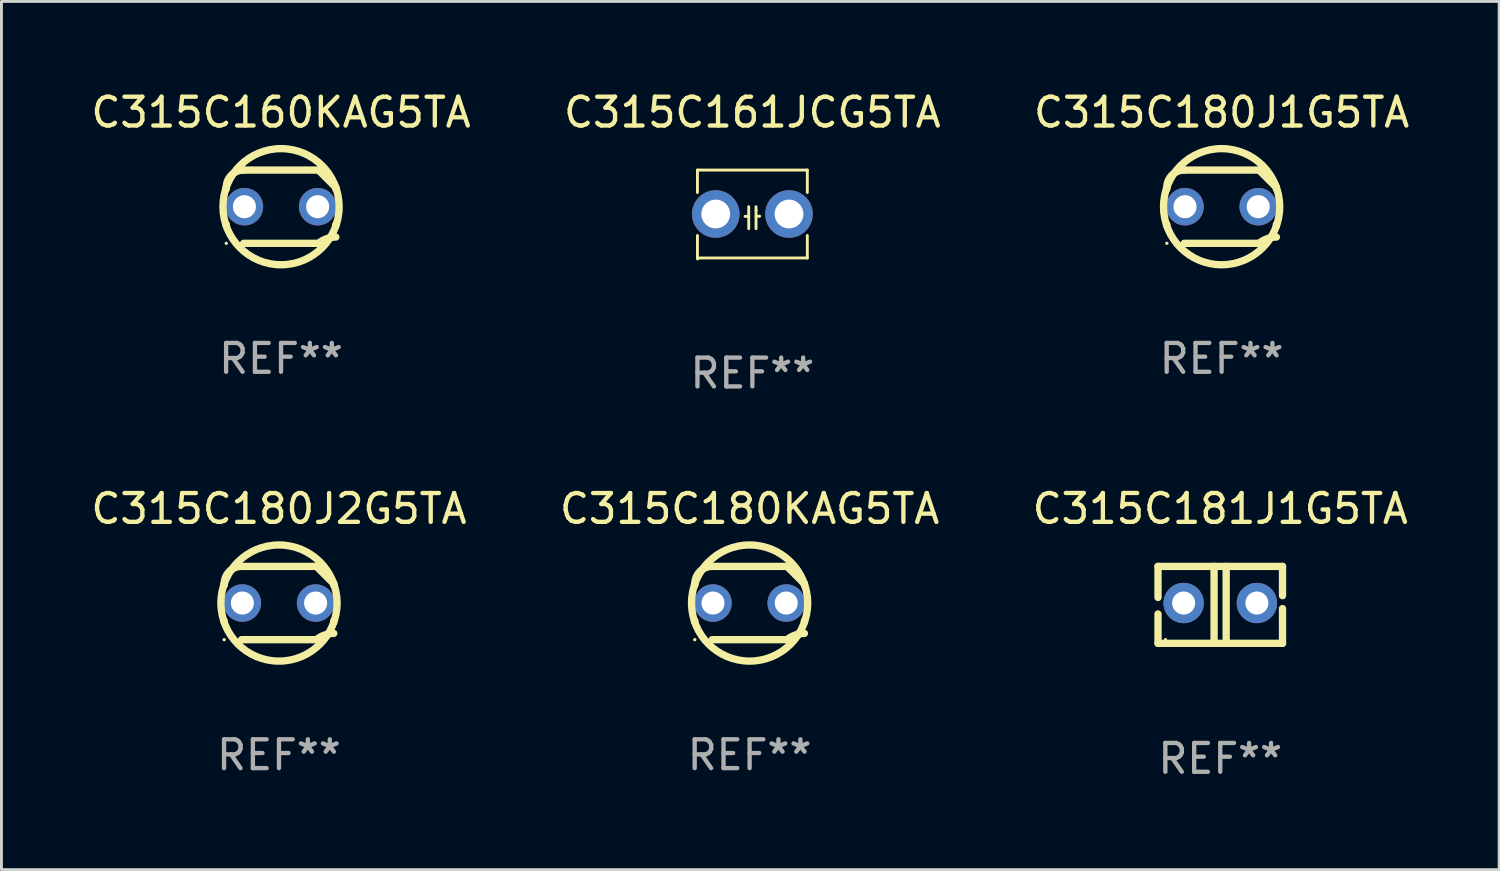
<source format=kicad_pcb>
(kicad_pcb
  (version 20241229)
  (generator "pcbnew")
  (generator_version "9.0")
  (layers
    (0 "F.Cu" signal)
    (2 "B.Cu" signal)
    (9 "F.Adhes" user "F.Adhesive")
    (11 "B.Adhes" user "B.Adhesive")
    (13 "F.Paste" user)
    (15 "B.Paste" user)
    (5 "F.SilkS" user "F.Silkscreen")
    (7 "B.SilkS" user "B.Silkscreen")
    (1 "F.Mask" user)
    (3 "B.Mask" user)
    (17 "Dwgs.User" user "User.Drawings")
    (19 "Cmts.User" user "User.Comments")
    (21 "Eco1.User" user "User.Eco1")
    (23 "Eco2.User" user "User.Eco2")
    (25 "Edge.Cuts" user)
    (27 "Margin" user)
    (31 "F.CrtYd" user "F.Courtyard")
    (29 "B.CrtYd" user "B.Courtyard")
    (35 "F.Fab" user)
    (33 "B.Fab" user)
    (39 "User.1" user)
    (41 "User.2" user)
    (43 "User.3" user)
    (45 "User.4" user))
  (footprint "C315C181J1G5TA"
    (layer "F.Cu")
    (at 39.268 17.926)
    (property "Reference" "C315C181J1G5TA" (at 0 -3.334 0) (layer "F.SilkS") (effects (font (size 1 1) (thickness 0.15))))
    (attr through_hole)
    (fp_line (start -2.159 -1.334) (end 2.159 -1.334) (stroke (width 0.254) (type solid)) (layer "F.SilkS"))
    (fp_line (start -2.159 -0.256) (end -2.159 -1.334) (stroke (width 0.254) (type solid)) (layer "F.SilkS"))
    (fp_line (start -2.159 1.334) (end -2.159 0.318) (stroke (width 0.254) (type solid)) (layer "F.SilkS"))
    (fp_line (start -0.214 -1.334) (end -0.214 1.207) (stroke (width 0.254) (type solid)) (layer "F.SilkS"))
    (fp_line (start 0.205 -1.334) (end 0.205 1.207) (stroke (width 0.254) (type solid)) (layer "F.SilkS"))
    (fp_line (start 2.159 -1.334) (end 2.159 -0.318) (stroke (width 0.254) (type solid)) (layer "F.SilkS"))
    (fp_line (start 2.159 0.129) (end 2.159 1.334) (stroke (width 0.254) (type solid)) (layer "F.SilkS"))
    (fp_line (start 2.159 1.334) (end -2.159 1.334) (stroke (width 0.254) (type solid)) (layer "F.SilkS"))
    (fp_circle (center -1.9 1.207) (end -1.87 1.207) (stroke (width 0.06) (type solid)) (fill no) (layer "F.SilkS"))
    (fp_text user "REF**" (at 0 5.334 0) (layer "F.Fab") (effects (font (size 1 1) (thickness 0.15))))
    (pad "1" thru_hole circle (at -1.27 -0.064) (size 1.4 1.4) (drill 0.8) (layers "*.Cu" "*.Mask"))
    (pad "2" thru_hole circle (at 1.27 -0.064) (size 1.4 1.4) (drill 0.8) (layers "*.Cu" "*.Mask")))
  (footprint "C315C180J1G5TA"
    (layer "F.Cu")
    (at 39.315 4.118)
    (property "Reference" "C315C180J1G5TA" (at 0 -3.27 0) (layer "F.SilkS") (effects (font (size 1 1) (thickness 0.15))))
    (attr through_hole)
    (fp_line (start -1.9 -0.615) (end -1.9 -0.668) (stroke (width 0.254) (type solid)) (layer "F.SilkS"))
    (fp_line (start -1.9 0.668) (end -1.9 0.615) (stroke (width 0.254) (type solid)) (layer "F.SilkS"))
    (fp_line (start -1.298 1.27) (end 1.298 1.27) (stroke (width 0.254) (type solid)) (layer "F.SilkS"))
    (fp_line (start -1.298 -1.27) (end 1.298 -1.27) (stroke (width 0.254) (type solid)) (layer "F.SilkS"))
    (fp_line (start 1.9 -0.668) (end 1.9 -0.615) (stroke (width 0.254) (type solid)) (layer "F.SilkS"))
    (fp_line (start 1.9 0.615) (end 1.9 0.668) (stroke (width 0.254) (type solid)) (layer "F.SilkS"))
    (fp_arc (start -1.900025 0.667602) (mid 1.900003 -0.66758) (end -1.900025 0.667602) (stroke (width 0.254001) (type solid)) (layer "F.SilkS"))
    (fp_arc (start -1.9 -0.667602) (mid -1.723557 -1.093572) (end -1.297587 -1.270015) (stroke (width 0.254001) (type solid)) (layer "F.SilkS"))
    (fp_arc (start 1.297587 1.26999) (mid 1.579878 1.109027) (end 1.9 1.053172) (stroke (width 0.254001) (type solid)) (layer "F.SilkS"))
    (fp_arc (start 1.297611 -1.270042) (mid 1.598991 -0.969008) (end 1.900025 -0.667628) (stroke (width 0.254001) (type solid)) (layer "F.SilkS"))
    (fp_circle (center -1.9 1.27) (end -1.87 1.27) (stroke (width 0.06) (type solid)) (fill no) (layer "F.SilkS"))
    (fp_text user "REF**" (at 0 5.27 0) (layer "F.Fab") (effects (font (size 1 1) (thickness 0.15))))
    (pad "1" thru_hole circle (at -1.27 -0.000013) (size 1.3 1.3) (drill 0.8) (layers "*.Cu" "*.Mask"))
    (pad "2" thru_hole circle (at 1.27 -0.000013) (size 1.3 1.3) (drill 0.8) (layers "*.Cu" "*.Mask")))
  (footprint "C315C180J2G5TA"
    (layer "F.Cu")
    (at 6.625 17.863)
    (property "Reference" "C315C180J2G5TA" (at 0 -3.27 0) (layer "F.SilkS") (effects (font (size 1 1) (thickness 0.15))))
    (attr through_hole)
    (fp_line (start -1.9 -0.615) (end -1.9 -0.668) (stroke (width 0.254) (type solid)) (layer "F.SilkS"))
    (fp_line (start -1.9 0.668) (end -1.9 0.615) (stroke (width 0.254) (type solid)) (layer "F.SilkS"))
    (fp_line (start -1.298 1.27) (end 1.298 1.27) (stroke (width 0.254) (type solid)) (layer "F.SilkS"))
    (fp_line (start -1.298 -1.27) (end 1.298 -1.27) (stroke (width 0.254) (type solid)) (layer "F.SilkS"))
    (fp_line (start 1.9 -0.668) (end 1.9 -0.615) (stroke (width 0.254) (type solid)) (layer "F.SilkS"))
    (fp_line (start 1.9 0.615) (end 1.9 0.668) (stroke (width 0.254) (type solid)) (layer "F.SilkS"))
    (fp_arc (start -1.900025 0.667602) (mid 1.900003 -0.66758) (end -1.900025 0.667602) (stroke (width 0.254001) (type solid)) (layer "F.SilkS"))
    (fp_arc (start -1.9 -0.667602) (mid -1.723557 -1.093572) (end -1.297587 -1.270015) (stroke (width 0.254001) (type solid)) (layer "F.SilkS"))
    (fp_arc (start 1.297587 1.26999) (mid 1.579878 1.109027) (end 1.9 1.053172) (stroke (width 0.254001) (type solid)) (layer "F.SilkS"))
    (fp_arc (start 1.297611 -1.270042) (mid 1.598991 -0.969008) (end 1.900025 -0.667628) (stroke (width 0.254001) (type solid)) (layer "F.SilkS"))
    (fp_circle (center -1.9 1.27) (end -1.87 1.27) (stroke (width 0.06) (type solid)) (fill no) (layer "F.SilkS"))
    (fp_text user "REF**" (at 0 5.27 0) (layer "F.Fab") (effects (font (size 1 1) (thickness 0.15))))
    (pad "1" thru_hole circle (at -1.27 -0.000013) (size 1.3 1.3) (drill 0.8) (layers "*.Cu" "*.Mask"))
    (pad "2" thru_hole circle (at 1.27 -0.000013) (size 1.3 1.3) (drill 0.8) (layers "*.Cu" "*.Mask")))
  (footprint "C315C180KAG5TA"
    (layer "F.Cu")
    (at 22.946 17.863)
    (property "Reference" "C315C180KAG5TA" (at 0 -3.27 0) (layer "F.SilkS") (effects (font (size 1 1) (thickness 0.15))))
    (attr through_hole)
    (fp_line (start -1.9 -0.615) (end -1.9 -0.668) (stroke (width 0.254) (type solid)) (layer "F.SilkS"))
    (fp_line (start -1.9 0.668) (end -1.9 0.615) (stroke (width 0.254) (type solid)) (layer "F.SilkS"))
    (fp_line (start -1.298 1.27) (end 1.298 1.27) (stroke (width 0.254) (type solid)) (layer "F.SilkS"))
    (fp_line (start -1.298 -1.27) (end 1.298 -1.27) (stroke (width 0.254) (type solid)) (layer "F.SilkS"))
    (fp_line (start 1.9 -0.668) (end 1.9 -0.615) (stroke (width 0.254) (type solid)) (layer "F.SilkS"))
    (fp_line (start 1.9 0.615) (end 1.9 0.668) (stroke (width 0.254) (type solid)) (layer "F.SilkS"))
    (fp_arc (start -1.900025 0.667602) (mid 1.900003 -0.66758) (end -1.900025 0.667602) (stroke (width 0.254001) (type solid)) (layer "F.SilkS"))
    (fp_arc (start -1.9 -0.667602) (mid -1.723557 -1.093572) (end -1.297587 -1.270015) (stroke (width 0.254001) (type solid)) (layer "F.SilkS"))
    (fp_arc (start 1.297587 1.26999) (mid 1.579878 1.109027) (end 1.9 1.053172) (stroke (width 0.254001) (type solid)) (layer "F.SilkS"))
    (fp_arc (start 1.297611 -1.270042) (mid 1.598991 -0.969008) (end 1.900025 -0.667628) (stroke (width 0.254001) (type solid)) (layer "F.SilkS"))
    (fp_circle (center -1.9 1.27) (end -1.87 1.27) (stroke (width 0.06) (type solid)) (fill no) (layer "F.SilkS"))
    (fp_text user "REF**" (at 0 5.27 0) (layer "F.Fab") (effects (font (size 1 1) (thickness 0.15))))
    (pad "1" thru_hole circle (at -1.27 -0.000013) (size 1.3 1.3) (drill 0.8) (layers "*.Cu" "*.Mask"))
    (pad "2" thru_hole circle (at 1.27 -0.000013) (size 1.3 1.3) (drill 0.8) (layers "*.Cu" "*.Mask")))
  (footprint "C315C160KAG5TA"
    (layer "F.Cu")
    (at 6.696 4.118)
    (property "Reference" "C315C160KAG5TA" (at 0 -3.27 0) (layer "F.SilkS") (effects (font (size 1 1) (thickness 0.15))))
    (attr through_hole)
    (fp_line (start -1.9 -0.615) (end -1.9 -0.668) (stroke (width 0.254) (type solid)) (layer "F.SilkS"))
    (fp_line (start -1.9 0.668) (end -1.9 0.615) (stroke (width 0.254) (type solid)) (layer "F.SilkS"))
    (fp_line (start -1.298 1.27) (end 1.298 1.27) (stroke (width 0.254) (type solid)) (layer "F.SilkS"))
    (fp_line (start -1.298 -1.27) (end 1.298 -1.27) (stroke (width 0.254) (type solid)) (layer "F.SilkS"))
    (fp_line (start 1.9 -0.668) (end 1.9 -0.615) (stroke (width 0.254) (type solid)) (layer "F.SilkS"))
    (fp_line (start 1.9 0.615) (end 1.9 0.668) (stroke (width 0.254) (type solid)) (layer "F.SilkS"))
    (fp_arc (start -1.900025 0.667602) (mid 1.900003 -0.66758) (end -1.900025 0.667602) (stroke (width 0.254001) (type solid)) (layer "F.SilkS"))
    (fp_arc (start -1.9 -0.667602) (mid -1.723557 -1.093572) (end -1.297587 -1.270015) (stroke (width 0.254001) (type solid)) (layer "F.SilkS"))
    (fp_arc (start 1.297587 1.26999) (mid 1.579878 1.109027) (end 1.9 1.053172) (stroke (width 0.254001) (type solid)) (layer "F.SilkS"))
    (fp_arc (start 1.297611 -1.270042) (mid 1.598991 -0.969008) (end 1.900025 -0.667628) (stroke (width 0.254001) (type solid)) (layer "F.SilkS"))
    (fp_circle (center -1.9 1.27) (end -1.87 1.27) (stroke (width 0.06) (type solid)) (fill no) (layer "F.SilkS"))
    (fp_text user "REF**" (at 0 5.27 0) (layer "F.Fab") (effects (font (size 1 1) (thickness 0.15))))
    (pad "1" thru_hole circle (at -1.27 -0.000013) (size 1.3 1.3) (drill 0.8) (layers "*.Cu" "*.Mask"))
    (pad "2" thru_hole circle (at 1.27 -0.000013) (size 1.3 1.3) (drill 0.8) (layers "*.Cu" "*.Mask")))
  (footprint "C315C161JCG5TA"
    (layer "F.Cu")
    (at 23.042 4.372)
    (property "Reference" "C315C161JCG5TA" (at 0 -3.524 0) (layer "F.SilkS") (effects (font (size 1 1) (thickness 0.15))))
    (attr through_hole)
    (fp_line (start -1.905 -1.524) (end -1.905 -0.745) (stroke (width 0.1) (type solid)) (layer "F.SilkS"))
    (fp_line (start -1.905 0.745) (end -1.905 1.524) (stroke (width 0.1) (type solid)) (layer "F.SilkS"))
    (fp_line (start -1.905 1.524) (end 1.905 1.524) (stroke (width 0.1) (type solid)) (layer "F.SilkS"))
    (fp_line (start -0.127 -0.254) (end -0.127 0.508) (stroke (width 0.1) (type solid)) (layer "F.SilkS"))
    (fp_line (start -0.127 0.082) (end -0.254 0.082) (stroke (width 0.1) (type solid)) (layer "F.SilkS"))
    (fp_line (start 0.127 -0.127) (end 0.127 -0.254) (stroke (width 0.1) (type solid)) (layer "F.SilkS"))
    (fp_line (start 0.127 -0.127) (end 0.127 0.508) (stroke (width 0.1) (type solid)) (layer "F.SilkS"))
    (fp_line (start 0.127 0.077) (end 0.254 0.077) (stroke (width 0.1) (type solid)) (layer "F.SilkS"))
    (fp_line (start 1.905 -1.524) (end -1.905 -1.524) (stroke (width 0.1) (type solid)) (layer "F.SilkS"))
    (fp_line (start 1.905 -0.745) (end 1.905 -1.524) (stroke (width 0.1) (type solid)) (layer "F.SilkS"))
    (fp_line (start 1.905 1.524) (end 1.905 0.745) (stroke (width 0.1) (type solid)) (layer "F.SilkS"))
    (fp_circle (center -1.9 1.55) (end -1.87 1.55) (stroke (width 0.06) (type solid)) (fill no) (layer "F.SilkS"))
    (fp_text user "REF**" (at 0 5.524 0) (layer "F.Fab") (effects (font (size 1 1) (thickness 0.15))))
    (pad "1" thru_hole circle (at -1.27 0) (size 1.65 1.65) (drill 1) (layers "*.Cu" "*.Mask"))
    (pad "2" thru_hole circle (at 1.27 0) (size 1.65 1.65) (drill 1) (layers "*.Cu" "*.Mask")))
  (gr_rect
    (start -3 -3)
    (end 48.94 27.108)
    (stroke (width 0.1) (type default))
    (fill no)
    (layer "Edge.Cuts")))
</source>
